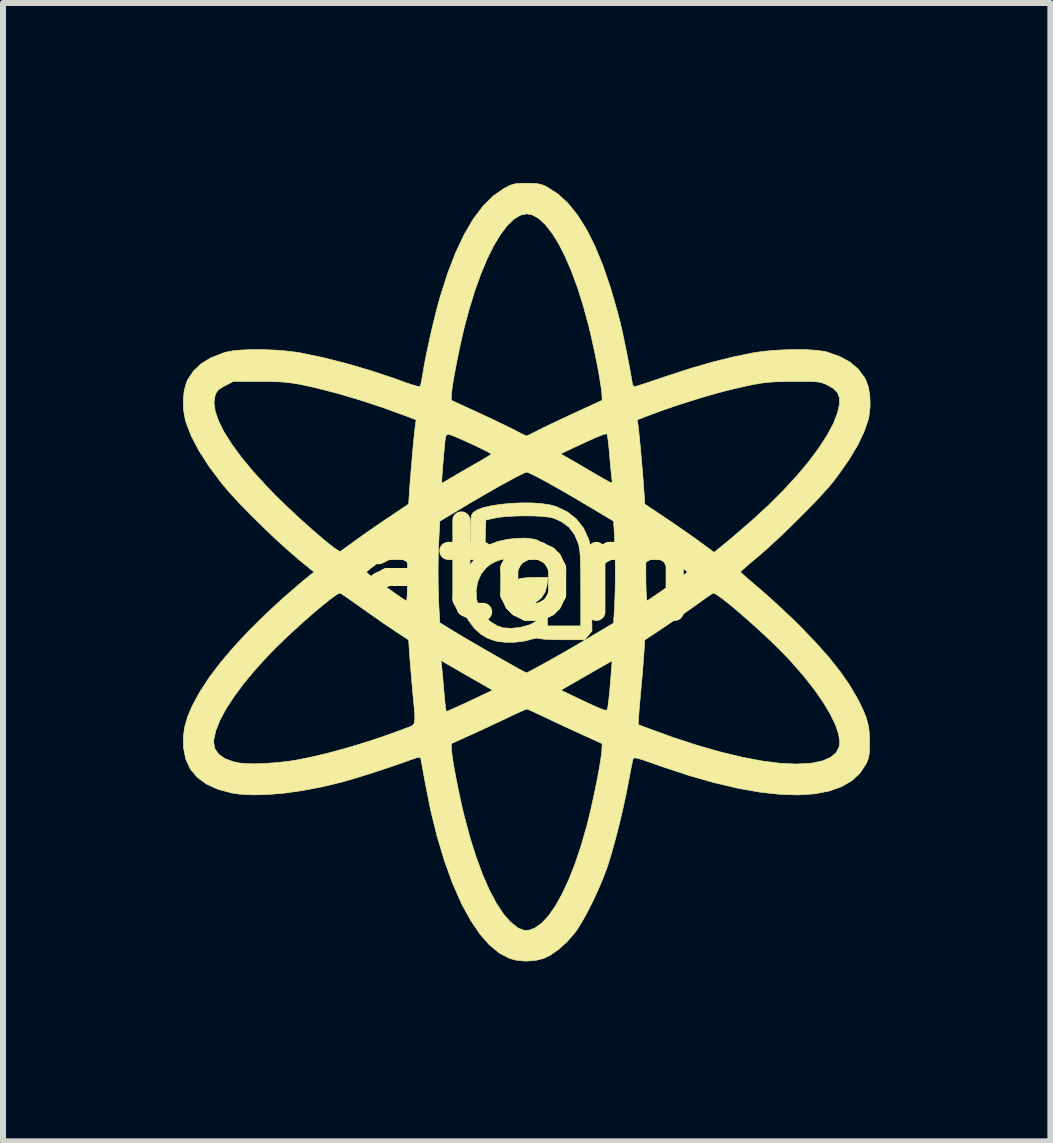
<source format=kicad_pcb>
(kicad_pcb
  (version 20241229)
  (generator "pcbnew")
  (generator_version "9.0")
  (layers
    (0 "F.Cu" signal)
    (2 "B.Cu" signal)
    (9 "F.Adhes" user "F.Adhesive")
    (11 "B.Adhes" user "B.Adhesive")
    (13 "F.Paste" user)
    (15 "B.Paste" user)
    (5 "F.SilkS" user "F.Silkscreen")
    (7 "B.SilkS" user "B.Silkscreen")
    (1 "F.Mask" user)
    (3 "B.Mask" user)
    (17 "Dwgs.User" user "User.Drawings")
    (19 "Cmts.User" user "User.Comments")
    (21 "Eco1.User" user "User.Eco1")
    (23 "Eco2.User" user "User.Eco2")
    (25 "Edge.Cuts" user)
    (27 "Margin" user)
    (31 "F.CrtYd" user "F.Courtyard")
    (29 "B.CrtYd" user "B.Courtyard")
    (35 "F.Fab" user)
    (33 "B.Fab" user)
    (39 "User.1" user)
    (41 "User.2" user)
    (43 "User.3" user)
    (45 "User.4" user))
  (footprint "atom"
    (layer "F.Cu")
    (at 5.729 6.459)
    (property "Reference" "atom" (at 0 0 0) (layer "F.SilkS") (effects (font (size 1.524 1.524) (thickness 0.3))))
    (attr through_hole)
    (fp_poly (pts (xy 0.341 0.23) (xy 0.308 0.359) (xy 0.24 0.462) (xy 0.144 0.536) (xy 0.024 0.574) (xy -0.032 0.577) (xy -0.121 0.567) (xy -0.192 0.529) (xy -0.206 0.517) (xy -0.256 0.464) (xy -0.275 0.405) (xy -0.277 0.366) (xy -0.268 0.273) (xy -0.237 0.205) (xy -0.179 0.158) (xy -0.089 0.13) (xy 0.039 0.117) (xy 0.129 0.115) (xy 0.352 0.115) (xy 0.341 0.23)) (stroke (width 0.01) (type solid)) (fill yes) (layer "F.SilkS"))
    (fp_poly (pts (xy 0.091 -1.126) (xy 0.251 -1.115) (xy 0.392 -1.093) (xy 0.492 -1.066) (xy 0.676 -0.978) (xy 0.829 -0.857) (xy 0.948 -0.706) (xy 1.031 -0.525) (xy 1.032 -0.523) (xy 1.044 -0.481) (xy 1.053 -0.43) (xy 1.061 -0.364) (xy 1.066 -0.277) (xy 1.071 -0.164) (xy 1.075 -0.019) (xy 1.078 0.163) (xy 1.08 0.302) (xy 1.088 1.009) (xy 1.027 1.082) (xy 0.966 1.155) (xy 0.608 1.155) (xy 0.482 1.153) (xy 0.37 1.15) (xy 0.281 1.144) (xy 0.225 1.137) (xy 0.211 1.133) (xy 0.159 1.127) (xy 0.072 1.147) (xy 0.045 1.156) (xy -0.069 1.182) (xy -0.206 1.196) (xy -0.348 1.197) (xy -0.477 1.184) (xy -0.543 1.168) (xy -0.665 1.122) (xy -0.763 1.062) (xy -0.858 0.977) (xy -0.881 0.953) (xy -0.983 0.812) (xy -1.051 0.649) (xy -1.085 0.473) (xy -1.085 0.329) (xy -0.843 0.329) (xy -0.836 0.481) (xy -0.792 0.627) (xy -0.769 0.674) (xy -0.696 0.771) (xy -0.598 0.858) (xy -0.49 0.923) (xy -0.396 0.955) (xy -0.257 0.964) (xy -0.107 0.948) (xy 0.032 0.911) (xy 0.08 0.89) (xy 0.164 0.841) (xy 0.241 0.78) (xy 0.277 0.744) (xy 0.346 0.659) (xy 0.346 0.924) (xy 0.901 0.924) (xy 0.901 0.304) (xy 0.9 0.106) (xy 0.898 -0.052) (xy 0.895 -0.176) (xy 0.89 -0.271) (xy 0.883 -0.344) (xy 0.873 -0.401) (xy 0.864 -0.439) (xy 0.799 -0.597) (xy 0.707 -0.72) (xy 0.582 -0.813) (xy 0.452 -0.871) (xy 0.373 -0.889) (xy 0.258 -0.902) (xy 0.12 -0.909) (xy -0.032 -0.911) (xy -0.187 -0.908) (xy -0.333 -0.9) (xy -0.46 -0.887) (xy -0.531 -0.874) (xy -0.681 -0.841) (xy -0.688 -0.618) (xy -0.694 -0.396) (xy -0.607 -0.437) (xy -0.477 -0.485) (xy -0.324 -0.519) (xy -0.164 -0.537) (xy -0.01 -0.539) (xy 0.123 -0.522) (xy 0.167 -0.51) (xy 0.256 -0.463) (xy 0.319 -0.393) (xy 0.346 -0.312) (xy 0.346 -0.3) (xy 0.346 -0.237) (xy 0.006 -0.225) (xy -0.176 -0.216) (xy -0.32 -0.201) (xy -0.434 -0.179) (xy -0.526 -0.146) (xy -0.605 -0.103) (xy -0.663 -0.058) (xy -0.755 0.05) (xy -0.815 0.182) (xy -0.843 0.329) (xy -1.085 0.329) (xy -1.085 0.294) (xy -1.05 0.12) (xy -0.979 -0.039) (xy -0.926 -0.116) (xy -0.886 -0.169) (xy -0.873 -0.201) (xy -0.883 -0.225) (xy -0.896 -0.24) (xy -0.912 -0.262) (xy -0.923 -0.298) (xy -0.93 -0.355) (xy -0.934 -0.44) (xy -0.935 -0.561) (xy -0.935 -0.601) (xy -0.935 -0.73) (xy -0.932 -0.821) (xy -0.927 -0.883) (xy -0.918 -0.924) (xy -0.904 -0.951) (xy -0.887 -0.97) (xy -0.82 -1.013) (xy -0.714 -1.051) (xy -0.58 -1.081) (xy -0.423 -1.104) (xy -0.254 -1.12) (xy -0.08 -1.127) (xy 0.091 -1.126)) (stroke (width 0.01) (type solid)) (fill yes) (layer "F.SilkS"))
    (fp_poly (pts (xy 0.109 -6.452) (xy 0.187 -6.446) (xy 0.249 -6.432) (xy 0.309 -6.407) (xy 0.342 -6.39) (xy 0.52 -6.276) (xy 0.688 -6.121) (xy 0.847 -5.924) (xy 0.997 -5.686) (xy 1.138 -5.404) (xy 1.272 -5.079) (xy 1.398 -4.709) (xy 1.517 -4.295) (xy 1.556 -4.145) (xy 1.578 -4.052) (xy 1.604 -3.931) (xy 1.634 -3.79) (xy 1.664 -3.64) (xy 1.694 -3.491) (xy 1.72 -3.352) (xy 1.741 -3.234) (xy 1.756 -3.146) (xy 1.76 -3.117) (xy 1.777 -3.073) (xy 1.801 -3.064) (xy 1.832 -3.073) (xy 1.9 -3.094) (xy 1.999 -3.126) (xy 2.121 -3.167) (xy 2.26 -3.214) (xy 2.344 -3.242) (xy 2.737 -3.37) (xy 3.101 -3.475) (xy 3.443 -3.56) (xy 3.774 -3.628) (xy 3.775 -3.628) (xy 3.939 -3.652) (xy 4.121 -3.669) (xy 4.312 -3.679) (xy 4.501 -3.683) (xy 4.679 -3.68) (xy 4.836 -3.669) (xy 4.962 -3.652) (xy 5.007 -3.641) (xy 5.217 -3.567) (xy 5.388 -3.474) (xy 5.524 -3.359) (xy 5.628 -3.219) (xy 5.652 -3.176) (xy 5.697 -3.051) (xy 5.721 -2.899) (xy 5.724 -2.734) (xy 5.705 -2.571) (xy 5.693 -2.517) (xy 5.625 -2.315) (xy 5.521 -2.096) (xy 5.379 -1.858) (xy 5.199 -1.6) (xy 5.103 -1.474) (xy 5.025 -1.38) (xy 4.918 -1.262) (xy 4.79 -1.125) (xy 4.645 -0.977) (xy 4.491 -0.823) (xy 4.334 -0.669) (xy 4.179 -0.522) (xy 4.034 -0.388) (xy 3.904 -0.273) (xy 3.827 -0.208) (xy 3.734 -0.131) (xy 3.656 -0.063) (xy 3.598 -0.011) (xy 3.567 0.019) (xy 3.563 0.025) (xy 3.582 0.044) (xy 3.629 0.087) (xy 3.701 0.15) (xy 3.791 0.227) (xy 3.879 0.302) (xy 3.998 0.405) (xy 4.136 0.53) (xy 4.283 0.666) (xy 4.428 0.803) (xy 4.55 0.923) (xy 4.81 1.193) (xy 5.034 1.444) (xy 5.222 1.681) (xy 5.38 1.907) (xy 5.509 2.127) (xy 5.538 2.182) (xy 5.61 2.331) (xy 5.66 2.456) (xy 5.691 2.57) (xy 5.709 2.687) (xy 5.715 2.822) (xy 5.715 2.863) (xy 5.714 2.979) (xy 5.708 3.063) (xy 5.696 3.126) (xy 5.676 3.183) (xy 5.658 3.221) (xy 5.557 3.376) (xy 5.419 3.504) (xy 5.246 3.604) (xy 5.039 3.677) (xy 4.799 3.723) (xy 4.526 3.741) (xy 4.222 3.731) (xy 3.888 3.695) (xy 3.524 3.63) (xy 3.132 3.538) (xy 2.712 3.419) (xy 2.267 3.272) (xy 2.17 3.238) (xy 2.031 3.189) (xy 1.929 3.154) (xy 1.858 3.133) (xy 1.813 3.124) (xy 1.787 3.126) (xy 1.775 3.136) (xy 1.774 3.138) (xy 1.765 3.173) (xy 1.75 3.244) (xy 1.73 3.343) (xy 1.708 3.461) (xy 1.697 3.521) (xy 1.653 3.746) (xy 1.6 3.987) (xy 1.542 4.234) (xy 1.48 4.474) (xy 1.419 4.697) (xy 1.36 4.89) (xy 1.336 4.962) (xy 1.27 5.136) (xy 1.192 5.321) (xy 1.106 5.507) (xy 1.016 5.685) (xy 0.928 5.845) (xy 0.847 5.977) (xy 0.803 6.038) (xy 0.674 6.186) (xy 0.535 6.313) (xy 0.395 6.411) (xy 0.283 6.466) (xy 0.139 6.501) (xy -0.022 6.511) (xy -0.18 6.495) (xy -0.29 6.464) (xy -0.457 6.376) (xy -0.62 6.242) (xy -0.778 6.062) (xy -0.931 5.837) (xy -1.079 5.568) (xy -1.086 5.553) (xy -1.234 5.218) (xy -1.37 4.842) (xy -1.494 4.429) (xy -1.604 3.982) (xy -1.697 3.51) (xy -1.719 3.385) (xy -1.739 3.276) (xy -1.755 3.19) (xy -1.765 3.137) (xy -1.768 3.124) (xy -1.787 3.113) (xy -1.837 3.122) (xy -1.922 3.151) (xy -1.933 3.155) (xy -2.078 3.207) (xy -2.251 3.267) (xy -2.441 3.33) (xy -2.634 3.393) (xy -2.819 3.45) (xy -2.983 3.499) (xy -3.094 3.53) (xy -3.411 3.606) (xy -3.723 3.666) (xy -4.021 3.709) (xy -4.302 3.734) (xy -4.558 3.74) (xy -4.783 3.728) (xy -4.919 3.708) (xy -5.149 3.646) (xy -5.341 3.558) (xy -5.494 3.445) (xy -5.608 3.307) (xy -5.683 3.144) (xy -5.72 2.956) (xy -5.722 2.926) (xy -5.722 2.863) (xy -5.218 2.863) (xy -5.197 2.97) (xy -5.135 3.061) (xy -5.033 3.134) (xy -4.895 3.186) (xy -4.789 3.209) (xy -4.669 3.22) (xy -4.516 3.222) (xy -4.34 3.215) (xy -4.154 3.201) (xy -3.969 3.18) (xy -3.856 3.163) (xy -3.604 3.113) (xy -3.322 3.047) (xy -3.021 2.965) (xy -2.757 2.887) (xy -1.258 2.887) (xy -1.254 2.98) (xy -1.246 3.062) (xy -1.229 3.179) (xy -1.204 3.325) (xy -1.173 3.489) (xy -1.138 3.664) (xy -1.1 3.84) (xy -1.062 4.009) (xy -1.036 4.113) (xy -0.942 4.464) (xy -0.84 4.784) (xy -0.733 5.073) (xy -0.622 5.327) (xy -0.507 5.544) (xy -0.39 5.722) (xy -0.271 5.859) (xy -0.153 5.953) (xy -0.127 5.967) (xy -0.04 5.999) (xy 0.044 5.995) (xy 0.137 5.958) (xy 0.249 5.879) (xy 0.364 5.756) (xy 0.478 5.593) (xy 0.59 5.392) (xy 0.7 5.156) (xy 0.806 4.888) (xy 0.906 4.591) (xy 0.999 4.268) (xy 1.027 4.156) (xy 1.067 3.993) (xy 1.106 3.817) (xy 1.144 3.638) (xy 1.179 3.464) (xy 1.209 3.303) (xy 1.232 3.165) (xy 1.247 3.057) (xy 1.252 3.007) (xy 1.258 2.886) (xy 0.935 2.739) (xy 0.789 2.672) (xy 0.624 2.597) (xy 0.565 2.569) (xy 1.859 2.569) (xy 2.009 2.626) (xy 2.435 2.781) (xy 2.842 2.914) (xy 3.227 3.024) (xy 3.586 3.111) (xy 3.918 3.174) (xy 4.221 3.213) (xy 4.491 3.226) (xy 4.725 3.214) (xy 4.768 3.208) (xy 4.938 3.171) (xy 5.068 3.113) (xy 5.159 3.036) (xy 5.208 2.94) (xy 5.218 2.863) (xy 5.199 2.728) (xy 5.145 2.568) (xy 5.057 2.388) (xy 4.939 2.191) (xy 4.792 1.981) (xy 4.618 1.76) (xy 4.42 1.532) (xy 4.317 1.422) (xy 4.208 1.311) (xy 4.085 1.191) (xy 3.954 1.067) (xy 3.818 0.942) (xy 3.681 0.821) (xy 3.55 0.706) (xy 3.427 0.602) (xy 3.318 0.514) (xy 3.226 0.444) (xy 3.158 0.397) (xy 3.116 0.377) (xy 3.109 0.377) (xy 3.08 0.394) (xy 3.021 0.433) (xy 2.942 0.489) (xy 2.848 0.556) (xy 2.827 0.571) (xy 2.71 0.655) (xy 2.571 0.752) (xy 2.425 0.852) (xy 2.29 0.944) (xy 2.272 0.956) (xy 1.968 1.158) (xy 1.953 1.393) (xy 1.945 1.503) (xy 1.934 1.643) (xy 1.921 1.798) (xy 1.907 1.952) (xy 1.903 1.997) (xy 1.891 2.132) (xy 1.88 2.258) (xy 1.871 2.365) (xy 1.865 2.443) (xy 1.864 2.468) (xy 1.859 2.569) (xy 0.565 2.569) (xy 0.462 2.521) (xy 0.322 2.454) (xy 0.315 2.451) (xy 0.207 2.4) (xy 0.115 2.357) (xy 0.045 2.326) (xy 0.006 2.31) (xy 0.001 2.309) (xy -0.025 2.319) (xy -0.085 2.345) (xy -0.171 2.384) (xy -0.276 2.433) (xy -0.337 2.462) (xy -0.483 2.531) (xy -0.647 2.608) (xy -0.809 2.683) (xy -0.95 2.748) (xy -0.958 2.751) (xy -1.258 2.887) (xy -2.757 2.887) (xy -2.713 2.873) (xy -2.408 2.773) (xy -2.118 2.669) (xy -2.032 2.636) (xy -1.975 2.615) (xy -1.931 2.598) (xy -1.9 2.58) (xy -1.879 2.553) (xy -1.867 2.514) (xy -1.864 2.454) (xy -1.868 2.37) (xy -1.878 2.254) (xy -1.893 2.101) (xy -1.901 2.009) (xy -1.915 1.856) (xy -1.928 1.7) (xy -1.94 1.555) (xy -1.944 1.498) (xy -1.429 1.498) (xy -1.42 1.574) (xy -1.414 1.626) (xy -1.406 1.713) (xy -1.396 1.822) (xy -1.386 1.942) (xy -1.385 1.951) (xy -1.375 2.068) (xy -1.365 2.173) (xy -1.357 2.253) (xy -1.35 2.299) (xy -1.35 2.302) (xy -1.339 2.353) (xy -1.182 2.283) (xy -1.091 2.242) (xy -0.976 2.189) (xy -0.857 2.133) (xy -0.796 2.104) (xy -0.568 1.995) (xy -0.568 1.995) (xy 0.57 1.995) (xy 0.752 2.082) (xy 0.922 2.163) (xy 1.056 2.226) (xy 1.157 2.272) (xy 1.23 2.303) (xy 1.281 2.322) (xy 1.313 2.329) (xy 1.332 2.326) (xy 1.343 2.316) (xy 1.345 2.313) (xy 1.352 2.278) (xy 1.362 2.205) (xy 1.374 2.104) (xy 1.386 1.982) (xy 1.393 1.893) (xy 1.404 1.767) (xy 1.412 1.657) (xy 1.419 1.573) (xy 1.422 1.521) (xy 1.423 1.509) (xy 1.403 1.518) (xy 1.349 1.548) (xy 1.267 1.594) (xy 1.162 1.654) (xy 1.041 1.723) (xy 0.995 1.75) (xy 0.57 1.995) (xy -0.568 1.995) (xy -0.913 1.797) (xy -1.034 1.728) (xy -1.146 1.663) (xy -1.243 1.607) (xy -1.314 1.566) (xy -1.344 1.548) (xy -1.429 1.498) (xy -1.944 1.498) (xy -1.949 1.433) (xy -1.953 1.381) (xy -1.968 1.157) (xy -2.19 1.012) (xy -2.287 0.946) (xy -2.41 0.863) (xy -2.544 0.769) (xy -2.679 0.675) (xy -2.746 0.627) (xy -2.856 0.549) (xy -2.954 0.48) (xy -3.033 0.425) (xy -3.088 0.389) (xy -3.11 0.376) (xy -3.14 0.386) (xy -3.2 0.424) (xy -3.283 0.486) (xy -3.386 0.568) (xy -3.504 0.666) (xy -3.632 0.777) (xy -3.767 0.896) (xy -3.902 1.02) (xy -4.035 1.144) (xy -4.16 1.265) (xy -4.272 1.378) (xy -4.306 1.413) (xy -4.525 1.653) (xy -4.717 1.885) (xy -4.881 2.106) (xy -5.015 2.312) (xy -5.116 2.502) (xy -5.183 2.672) (xy -5.215 2.819) (xy -5.218 2.863) (xy -5.722 2.863) (xy -5.722 2.761) (xy -5.699 2.602) (xy -5.652 2.438) (xy -5.577 2.262) (xy -5.472 2.066) (xy -5.436 2.004) (xy -5.287 1.777) (xy -5.101 1.532) (xy -4.882 1.275) (xy -4.634 1.008) (xy -4.36 0.737) (xy -4.065 0.464) (xy -3.753 0.195) (xy -3.636 0.099) (xy -3.549 0.028) (xy -2.673 0.028) (xy -2.653 0.047) (xy -2.602 0.086) (xy -2.529 0.141) (xy -2.44 0.206) (xy -2.343 0.276) (xy -2.246 0.345) (xy -2.156 0.408) (xy -2.08 0.46) (xy -2.027 0.495) (xy -2.003 0.507) (xy -1.998 0.486) (xy -1.993 0.424) (xy -1.99 0.33) (xy -1.987 0.21) (xy -1.986 0.071) (xy -1.986 0.021) (xy -1.986 -0.02) (xy -1.477 -0.02) (xy -1.475 0.254) (xy -1.468 0.51) (xy -1.463 0.614) (xy -1.448 0.871) (xy -1.203 1.022) (xy -1.12 1.072) (xy -1.014 1.135) (xy -0.89 1.207) (xy -0.755 1.285) (xy -0.615 1.366) (xy -0.475 1.446) (xy -0.343 1.521) (xy -0.224 1.588) (xy -0.125 1.643) (xy -0.051 1.683) (xy -0.009 1.704) (xy -0.003 1.706) (xy 0.019 1.696) (xy 0.074 1.668) (xy 0.156 1.624) (xy 0.258 1.568) (xy 0.343 1.521) (xy 0.482 1.443) (xy 0.644 1.351) (xy 0.815 1.252) (xy 0.978 1.156) (xy 1.064 1.105) (xy 1.448 0.877) (xy 1.463 0.631) (xy 1.471 0.454) (xy 1.476 0.246) (xy 1.477 0.023) (xy 1.477 0.023) (xy 1.986 0.023) (xy 1.987 0.192) (xy 1.99 0.329) (xy 1.995 0.428) (xy 2.001 0.488) (xy 2.008 0.504) (xy 2.033 0.489) (xy 2.09 0.451) (xy 2.171 0.396) (xy 2.269 0.327) (xy 2.354 0.267) (xy 2.46 0.191) (xy 2.552 0.125) (xy 2.623 0.071) (xy 2.667 0.036) (xy 2.679 0.025) (xy 2.661 0.008) (xy 2.612 -0.03) (xy 2.541 -0.083) (xy 2.454 -0.146) (xy 2.358 -0.215) (xy 2.262 -0.283) (xy 2.172 -0.345) (xy 2.096 -0.396) (xy 2.06 -0.42) (xy 1.986 -0.466) (xy 1.986 0.023) (xy 1.477 0.023) (xy 1.476 -0.2) (xy 1.471 -0.407) (xy 1.463 -0.581) (xy 1.448 -0.823) (xy 1.019 -1.079) (xy 0.816 -1.199) (xy 0.627 -1.309) (xy 0.456 -1.407) (xy 0.306 -1.49) (xy 0.181 -1.557) (xy 0.085 -1.605) (xy 0.022 -1.633) (xy -0.001 -1.639) (xy -0.035 -1.628) (xy -0.103 -1.595) (xy -0.202 -1.545) (xy -0.325 -1.478) (xy -0.469 -1.399) (xy -0.627 -1.309) (xy -0.795 -1.212) (xy -0.969 -1.11) (xy -1.076 -1.045) (xy -1.448 -0.822) (xy -1.463 -0.546) (xy -1.473 -0.293) (xy -1.477 -0.02) (xy -1.986 -0.02) (xy -1.986 -0.466) (xy -2.06 -0.42) (xy -2.138 -0.368) (xy -2.231 -0.305) (xy -2.329 -0.235) (xy -2.428 -0.165) (xy -2.518 -0.098) (xy -2.594 -0.041) (xy -2.647 0.003) (xy -2.672 0.026) (xy -2.673 0.028) (xy -3.549 0.028) (xy -3.544 0.024) (xy -3.625 -0.04) (xy -3.806 -0.188) (xy -4 -0.357) (xy -4.201 -0.54) (xy -4.401 -0.731) (xy -4.595 -0.921) (xy -4.774 -1.105) (xy -4.932 -1.276) (xy -5.061 -1.426) (xy -5.084 -1.455) (xy -5.294 -1.734) (xy -5.463 -1.996) (xy -5.59 -2.239) (xy -5.677 -2.463) (xy -5.692 -2.518) (xy -5.72 -2.676) (xy -5.723 -2.798) (xy -5.212 -2.798) (xy -5.192 -2.656) (xy -5.136 -2.492) (xy -5.044 -2.308) (xy -4.917 -2.107) (xy -4.758 -1.889) (xy -4.565 -1.656) (xy -4.342 -1.411) (xy -4.181 -1.246) (xy -4.05 -1.117) (xy -3.913 -0.987) (xy -3.774 -0.858) (xy -3.637 -0.735) (xy -3.507 -0.621) (xy -3.388 -0.519) (xy -3.284 -0.435) (xy -3.2 -0.37) (xy -3.14 -0.33) (xy -3.108 -0.318) (xy -3.106 -0.318) (xy -3.079 -0.337) (xy -3.023 -0.377) (xy -2.947 -0.432) (xy -2.872 -0.487) (xy -2.779 -0.554) (xy -2.66 -0.638) (xy -2.526 -0.731) (xy -2.39 -0.824) (xy -2.315 -0.874) (xy -1.968 -1.107) (xy -1.952 -1.344) (xy -1.944 -1.465) (xy -1.943 -1.471) (xy -1.416 -1.471) (xy -1.415 -1.455) (xy -1.393 -1.466) (xy -1.342 -1.495) (xy -1.27 -1.538) (xy -1.241 -1.555) (xy -1.148 -1.61) (xy -1.033 -1.677) (xy -0.911 -1.747) (xy -0.836 -1.79) (xy -0.742 -1.844) (xy -0.665 -1.89) (xy -0.611 -1.923) (xy -0.589 -1.939) (xy -0.596 -1.944) (xy 0.566 -1.944) (xy 0.642 -1.901) (xy 0.688 -1.875) (xy 0.764 -1.831) (xy 0.864 -1.773) (xy 0.977 -1.707) (xy 1.058 -1.659) (xy 1.17 -1.593) (xy 1.269 -1.536) (xy 1.348 -1.492) (xy 1.399 -1.465) (xy 1.415 -1.457) (xy 1.425 -1.474) (xy 1.422 -1.507) (xy 1.417 -1.547) (xy 1.409 -1.624) (xy 1.399 -1.729) (xy 1.388 -1.85) (xy 1.383 -1.912) (xy 1.372 -2.034) (xy 1.361 -2.14) (xy 1.35 -2.221) (xy 1.341 -2.268) (xy 1.337 -2.276) (xy 1.308 -2.275) (xy 1.247 -2.255) (xy 1.15 -2.216) (xy 1.017 -2.156) (xy 0.845 -2.076) (xy 0.808 -2.059) (xy 0.566 -1.944) (xy -0.596 -1.944) (xy -0.606 -1.953) (xy -0.656 -1.981) (xy -0.733 -2.02) (xy -0.827 -2.066) (xy -0.931 -2.115) (xy -1.036 -2.163) (xy -1.134 -2.206) (xy -1.217 -2.241) (xy -1.277 -2.263) (xy -1.3 -2.269) (xy -1.326 -2.268) (xy -1.343 -2.252) (xy -1.354 -2.211) (xy -1.364 -2.137) (xy -1.367 -2.101) (xy -1.379 -1.972) (xy -1.391 -1.842) (xy -1.401 -1.719) (xy -1.409 -1.61) (xy -1.414 -1.525) (xy -1.416 -1.471) (xy -1.943 -1.471) (xy -1.932 -1.608) (xy -1.919 -1.764) (xy -1.906 -1.923) (xy -1.892 -2.076) (xy -1.879 -2.213) (xy -1.867 -2.326) (xy -1.858 -2.404) (xy -1.856 -2.416) (xy -1.843 -2.512) (xy -1.978 -2.563) (xy -2.375 -2.708) (xy -2.767 -2.838) (xy -2.769 -2.838) (xy -1.258 -2.838) (xy -0.843 -2.647) (xy -0.697 -2.579) (xy -0.55 -2.51) (xy -0.412 -2.444) (xy -0.295 -2.387) (xy -0.219 -2.349) (xy -0.132 -2.304) (xy -0.061 -2.268) (xy -0.016 -2.246) (xy -0.005 -2.241) (xy 0.017 -2.25) (xy 0.071 -2.276) (xy 0.148 -2.314) (xy 0.214 -2.348) (xy 0.305 -2.393) (xy 0.428 -2.452) (xy 0.553 -2.511) (xy 1.843 -2.511) (xy 1.857 -2.416) (xy 1.865 -2.347) (xy 1.876 -2.242) (xy 1.889 -2.109) (xy 1.903 -1.959) (xy 1.917 -1.801) (xy 1.93 -1.643) (xy 1.942 -1.497) (xy 1.951 -1.37) (xy 1.953 -1.344) (xy 1.969 -1.106) (xy 2.311 -0.877) (xy 2.445 -0.786) (xy 2.587 -0.689) (xy 2.723 -0.594) (xy 2.841 -0.51) (xy 2.889 -0.475) (xy 3.124 -0.302) (xy 3.311 -0.455) (xy 3.402 -0.53) (xy 3.513 -0.625) (xy 3.631 -0.727) (xy 3.744 -0.825) (xy 3.754 -0.834) (xy 4.026 -1.083) (xy 4.276 -1.333) (xy 4.503 -1.578) (xy 4.703 -1.817) (xy 4.873 -2.046) (xy 5.012 -2.262) (xy 5.117 -2.46) (xy 5.182 -2.631) (xy 5.213 -2.77) (xy 5.212 -2.88) (xy 5.177 -2.968) (xy 5.107 -3.038) (xy 5.015 -3.09) (xy 4.967 -3.112) (xy 4.924 -3.128) (xy 4.877 -3.139) (xy 4.818 -3.146) (xy 4.74 -3.15) (xy 4.633 -3.151) (xy 4.49 -3.151) (xy 4.457 -3.151) (xy 4.297 -3.15) (xy 4.16 -3.146) (xy 4.037 -3.138) (xy 3.918 -3.124) (xy 3.793 -3.103) (xy 3.652 -3.074) (xy 3.486 -3.036) (xy 3.295 -2.989) (xy 3.115 -2.94) (xy 2.905 -2.879) (xy 2.68 -2.809) (xy 2.453 -2.735) (xy 2.238 -2.661) (xy 2.049 -2.591) (xy 2.036 -2.586) (xy 1.843 -2.511) (xy 0.553 -2.511) (xy 0.569 -2.519) (xy 0.717 -2.588) (xy 0.843 -2.646) (xy 1.258 -2.837) (xy 1.254 -2.933) (xy 1.246 -3.015) (xy 1.228 -3.133) (xy 1.204 -3.279) (xy 1.173 -3.444) (xy 1.137 -3.62) (xy 1.099 -3.797) (xy 1.06 -3.968) (xy 1.036 -4.069) (xy 0.946 -4.401) (xy 0.85 -4.707) (xy 0.748 -4.984) (xy 0.642 -5.231) (xy 0.533 -5.445) (xy 0.422 -5.624) (xy 0.31 -5.766) (xy 0.2 -5.868) (xy 0.091 -5.928) (xy 0 -5.945) (xy -0.106 -5.922) (xy -0.214 -5.856) (xy -0.325 -5.748) (xy -0.436 -5.602) (xy -0.547 -5.418) (xy -0.656 -5.2) (xy -0.761 -4.95) (xy -0.862 -4.67) (xy -0.957 -4.362) (xy -1.035 -4.073) (xy -1.074 -3.91) (xy -1.113 -3.735) (xy -1.15 -3.557) (xy -1.184 -3.384) (xy -1.213 -3.225) (xy -1.236 -3.087) (xy -1.25 -2.981) (xy -1.254 -2.933) (xy -1.258 -2.838) (xy -2.769 -2.838) (xy -3.144 -2.95) (xy -3.498 -3.041) (xy -3.704 -3.087) (xy -3.821 -3.11) (xy -3.924 -3.126) (xy -4.024 -3.138) (xy -4.133 -3.145) (xy -4.263 -3.149) (xy -4.425 -3.15) (xy -4.447 -3.15) (xy -4.887 -3.152) (xy -5.024 -3.082) (xy -5.102 -3.038) (xy -5.15 -2.999) (xy -5.18 -2.952) (xy -5.194 -2.917) (xy -5.212 -2.798) (xy -5.723 -2.798) (xy -5.724 -2.841) (xy -5.708 -3) (xy -5.67 -3.136) (xy -5.652 -3.176) (xy -5.555 -3.324) (xy -5.427 -3.446) (xy -5.264 -3.545) (xy -5.064 -3.624) (xy -5.007 -3.641) (xy -4.897 -3.662) (xy -4.753 -3.675) (xy -4.582 -3.682) (xy -4.396 -3.682) (xy -4.205 -3.674) (xy -4.018 -3.66) (xy -3.845 -3.639) (xy -3.775 -3.628) (xy -3.403 -3.551) (xy -3.007 -3.451) (xy -2.602 -3.332) (xy -2.201 -3.199) (xy -2.079 -3.154) (xy -1.972 -3.116) (xy -1.881 -3.087) (xy -1.814 -3.069) (xy -1.78 -3.064) (xy -1.777 -3.065) (xy -1.767 -3.095) (xy -1.753 -3.158) (xy -1.738 -3.243) (xy -1.734 -3.267) (xy -1.703 -3.447) (xy -1.661 -3.657) (xy -1.612 -3.885) (xy -1.559 -4.115) (xy -1.504 -4.335) (xy -1.451 -4.531) (xy -1.443 -4.56) (xy -1.318 -4.952) (xy -1.184 -5.299) (xy -1.041 -5.602) (xy -0.889 -5.861) (xy -0.727 -6.075) (xy -0.557 -6.244) (xy -0.378 -6.368) (xy -0.369 -6.373) (xy -0.295 -6.411) (xy -0.236 -6.435) (xy -0.175 -6.448) (xy -0.098 -6.453) (xy 0 -6.454) (xy 0.109 -6.452)) (stroke (width 0.01) (type solid)) (fill yes) (layer "F.SilkS")))
  (gr_rect
    (start -3 -3)
    (end 14.458 15.974)
    (stroke (width 0.1) (type default))
    (fill no)
    (layer "Edge.Cuts")))
</source>
